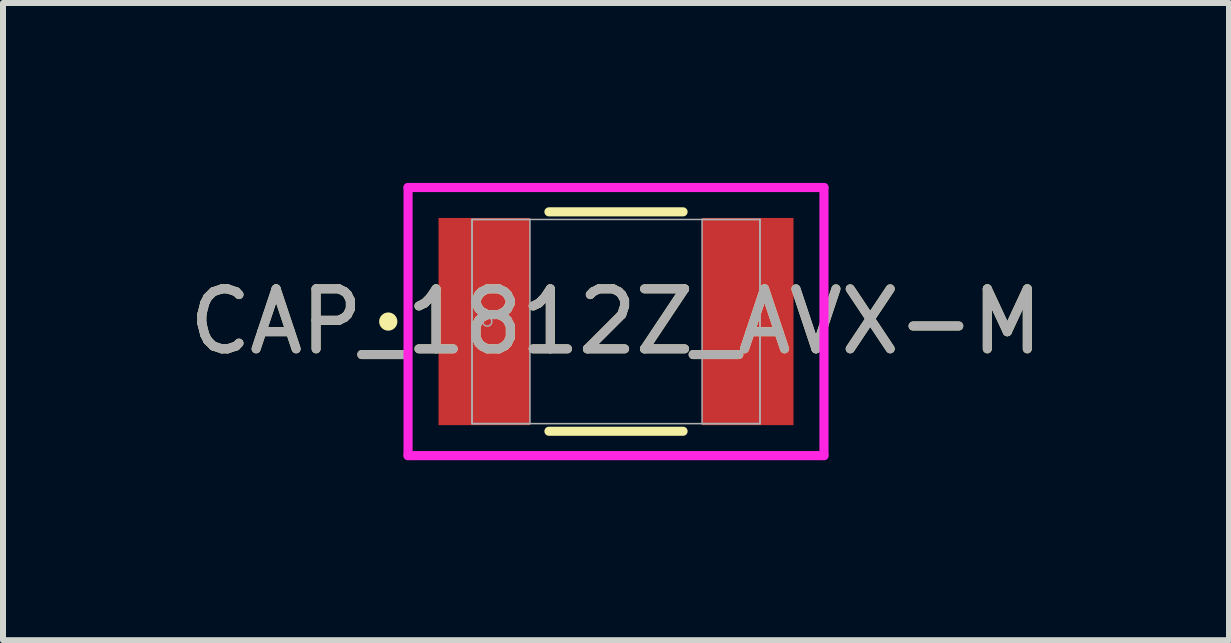
<source format=kicad_pcb>
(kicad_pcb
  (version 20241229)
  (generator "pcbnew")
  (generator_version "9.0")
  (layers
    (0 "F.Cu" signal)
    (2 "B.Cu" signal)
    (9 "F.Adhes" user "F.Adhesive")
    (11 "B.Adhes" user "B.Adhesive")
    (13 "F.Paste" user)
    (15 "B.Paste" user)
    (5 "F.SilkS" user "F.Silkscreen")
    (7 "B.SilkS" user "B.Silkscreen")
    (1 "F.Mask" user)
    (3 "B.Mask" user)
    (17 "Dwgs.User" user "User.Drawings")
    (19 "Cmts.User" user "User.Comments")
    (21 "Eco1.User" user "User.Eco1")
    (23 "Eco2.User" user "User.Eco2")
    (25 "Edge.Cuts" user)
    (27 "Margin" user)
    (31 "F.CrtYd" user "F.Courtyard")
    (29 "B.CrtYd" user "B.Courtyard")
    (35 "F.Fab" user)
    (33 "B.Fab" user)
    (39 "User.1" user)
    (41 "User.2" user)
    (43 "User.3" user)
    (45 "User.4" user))
  (footprint "CAP_1812Z_AVX-M"
    (layer "F.Cu")
    (at 7.22 2.311)
    (property "Reference" "CAP_1812Z_AVX-M" (at 0 0 0) (unlocked yes) (layer "F.SilkS") (effects (font (size 1 1) (thickness 0.15))))
    (attr smd)
    (fp_line (start -1.118 1.829) (end 1.118 1.829) (stroke (width 0.152) (type solid)) (layer "F.SilkS"))
    (fp_line (start 1.118 -1.829) (end -1.118 -1.829) (stroke (width 0.152) (type solid)) (layer "F.SilkS"))
    (fp_circle (center -3.797 0) (end -3.721 0) (stroke (width 0.152) (type solid)) (fill no) (layer "F.SilkS"))
    (fp_line (start -3.467 -2.235) (end 3.467 -2.235) (stroke (width 0.152) (type solid)) (layer "F.CrtYd"))
    (fp_line (start -3.467 2.235) (end -3.467 -2.235) (stroke (width 0.152) (type solid)) (layer "F.CrtYd"))
    (fp_line (start 3.467 -2.235) (end 3.467 2.235) (stroke (width 0.152) (type solid)) (layer "F.CrtYd"))
    (fp_line (start 3.467 2.235) (end -3.467 2.235) (stroke (width 0.152) (type solid)) (layer "F.CrtYd"))
    (fp_line (start -2.4 -1.702) (end -2.4 1.702) (stroke (width 0.025) (type solid)) (layer "F.Fab"))
    (fp_line (start -2.4 -1.702) (end -2.4 1.702) (stroke (width 0.025) (type solid)) (layer "F.Fab"))
    (fp_line (start -2.4 1.702) (end -1.435 1.702) (stroke (width 0.025) (type solid)) (layer "F.Fab"))
    (fp_line (start -2.4 1.702) (end 2.4 1.702) (stroke (width 0.025) (type solid)) (layer "F.Fab"))
    (fp_line (start -1.435 -1.702) (end -2.4 -1.702) (stroke (width 0.025) (type solid)) (layer "F.Fab"))
    (fp_line (start -1.435 1.702) (end -1.435 -1.702) (stroke (width 0.025) (type solid)) (layer "F.Fab"))
    (fp_line (start 1.435 -1.702) (end 1.435 1.702) (stroke (width 0.025) (type solid)) (layer "F.Fab"))
    (fp_line (start 1.435 1.702) (end 2.4 1.702) (stroke (width 0.025) (type solid)) (layer "F.Fab"))
    (fp_line (start 2.4 -1.702) (end -2.4 -1.702) (stroke (width 0.025) (type solid)) (layer "F.Fab"))
    (fp_line (start 2.4 -1.702) (end 1.435 -1.702) (stroke (width 0.025) (type solid)) (layer "F.Fab"))
    (fp_line (start 2.4 1.702) (end 2.4 -1.702) (stroke (width 0.025) (type solid)) (layer "F.Fab"))
    (fp_line (start 2.4 1.702) (end 2.4 -1.702) (stroke (width 0.025) (type solid)) (layer "F.Fab"))
    (fp_circle (center -2.146 0) (end -2.07 0) (stroke (width 0.025) (type solid)) (fill no) (layer "F.Fab"))
    (fp_text user "${REFERENCE}" (at 0 0 0) (unlocked yes) (layer "F.Fab") (effects (font (size 1 1) (thickness 0.15))))
    (pad "1" smd rect (at -2.197 0) (size 1.524 3.454) (layers "F.Cu" "F.Mask" "F.Paste"))
    (pad "2" smd rect (at 2.197 0) (size 1.524 3.454) (layers "F.Cu" "F.Mask" "F.Paste"))
    (zone (net_name "") (layer "F.Cu") (hatch full 0.508) (connect_pads) (min_thickness 0.254) (filled_areas_thickness no) (keepout (tracks not_allowed) (vias not_allowed) (pads allowed) (copperpour not_allowed) (footprints allowed)) (placement (enabled no)) (fill) (polygon (pts (xy 5.836 0.66) (xy 8.605 0.66) (xy 8.605 3.962) (xy 5.836 3.962)))))
  (gr_rect
    (start -3 -3)
    (end 17.44 7.623)
    (stroke (width 0.1) (type default))
    (fill no)
    (layer "Edge.Cuts")))
</source>
